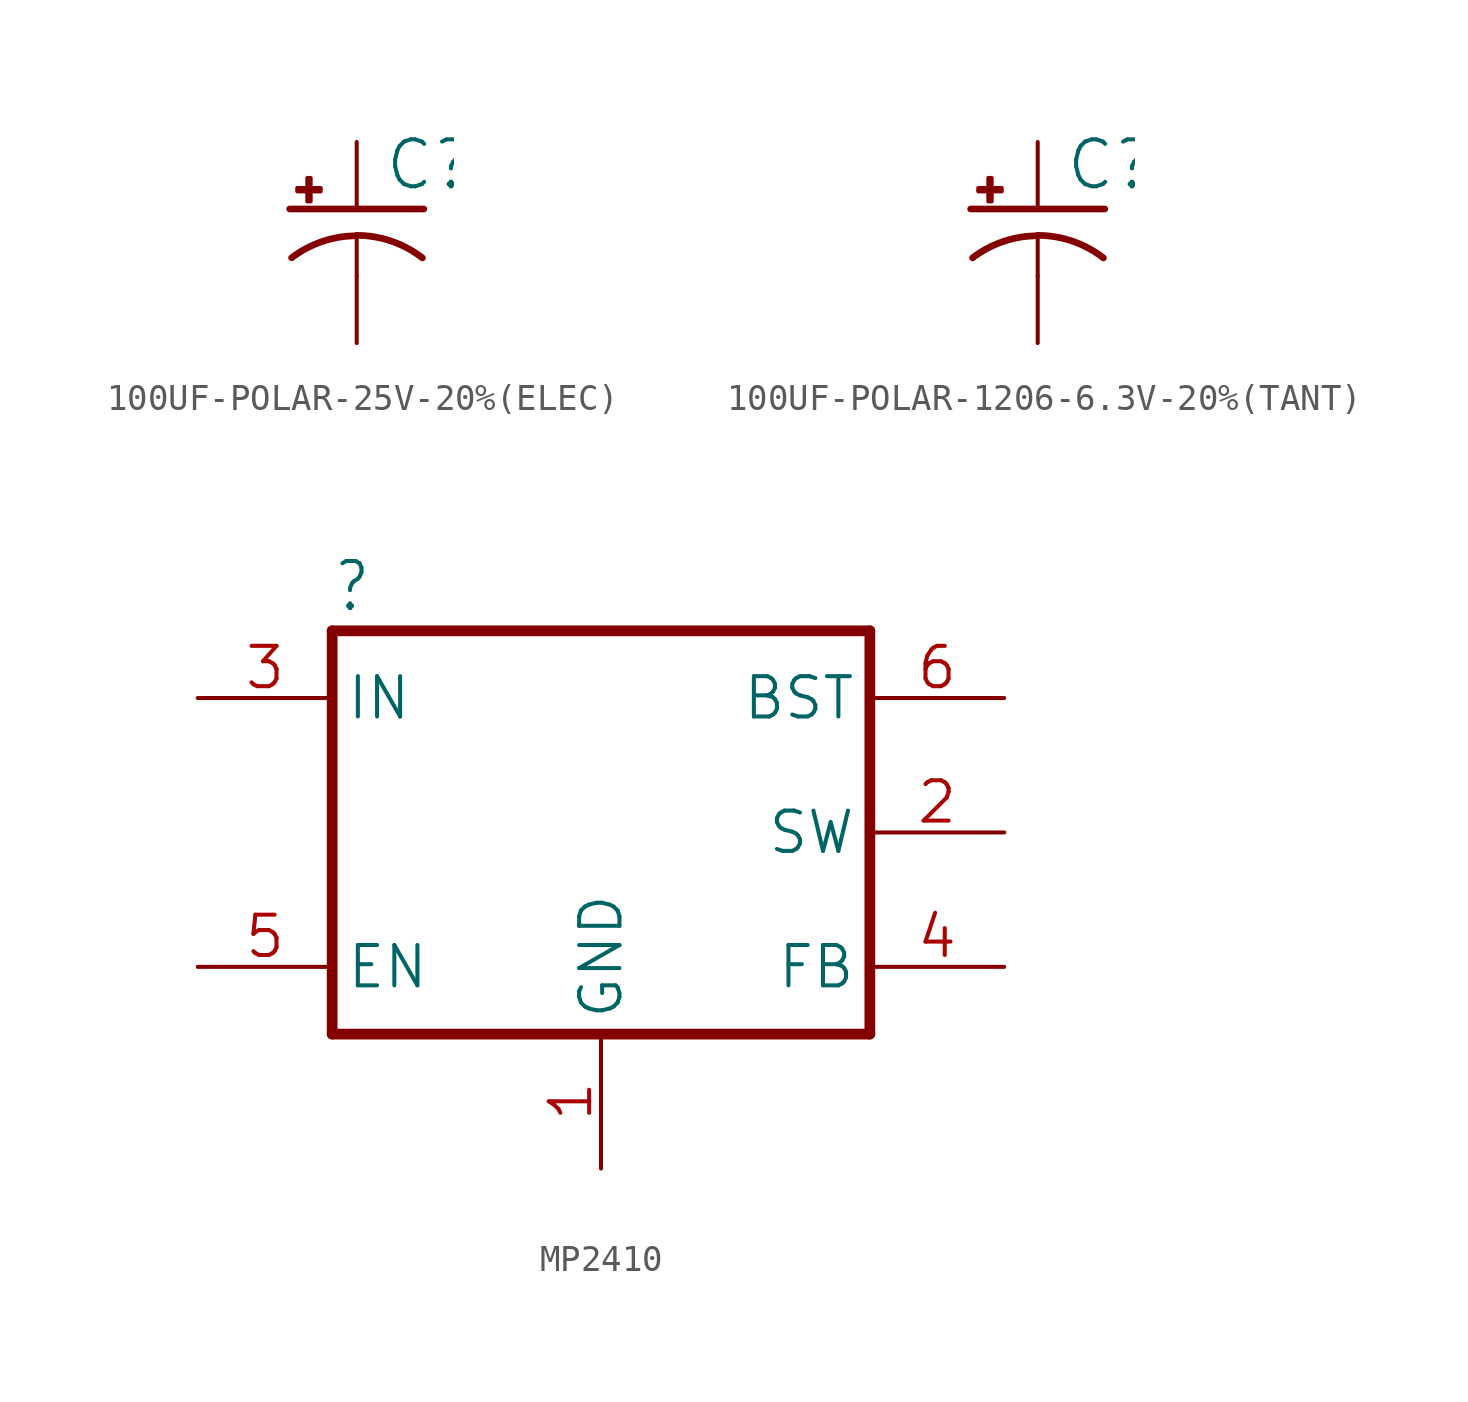
<source format=kicad_sym>
(kicad_symbol_lib
  (version 20241209)
  (generator "kicad_symbol_editor")
  (generator_version "9.0")
  (symbol "100UF-POLAR-25V-20%(ELEC)"
    (property "Reference" "C"
      (at 1.016 0.635 0)
      (effects (font (size 1.778 1.778)) (justify left bottom)))
    (property "Value" ""
      (at 1.016 -4.191 0)
      (effects (font (size 1.778 1.778)) (justify left bottom)))
    (property "ki_locked" ""
      (at 0 0 0)
      (effects (font (size 1.27 1.27))))
    (symbol "100UF-POLAR-25V-20%(ELEC)_1_0"
      (polyline (pts (xy -2.54 0) (xy 2.54 0)) (stroke (width 0.254) (type solid)) (fill (type none)))
      (rectangle (start -2.253 0.668) (end -1.364 0.795) (stroke (width 0) (type default)) (fill (type outline)))
      (rectangle (start -1.872 0.287) (end -1.745 1.176) (stroke (width 0) (type default)) (fill (type outline)))
      (arc (start -2.4669 -1.8504) (mid -1.3021 -1.2303) (end 0 -1.0161) (stroke (width 0.254) (type solid)) (fill (type none)))
      (polyline (pts (xy 0 -1.016) (xy 0 -2.54)) (stroke (width 0.152) (type solid)) (fill (type none)))
      (arc (start 0 -1) (mid 1.3158 -1.2195) (end 2.4892 -1.8541) (stroke (width 0.254) (type solid)) (fill (type none)))
      (pin passive line (at 0 2.54 270) (length 2.54) (name "+" (effects (font (size 0 0)))) (number "+" (effects (font (size 0 0)))))
      (pin passive line (at 0 -5.08 90) (length 2.54) (name "-" (effects (font (size 0 0)))) (number "-" (effects (font (size 0 0)))))))
  (symbol "100UF-POLAR-1206-6.3V-20%(TANT)"
    (property "Reference" "C"
      (at 1.016 0.635 0)
      (effects (font (size 1.778 1.778)) (justify left bottom)))
    (property "Value" ""
      (at 1.016 -4.191 0)
      (effects (font (size 1.778 1.778)) (justify left bottom)))
    (property "ki_locked" ""
      (at 0 0 0)
      (effects (font (size 1.27 1.27))))
    (symbol "100UF-POLAR-1206-6.3V-20%(TANT)_1_0"
      (polyline (pts (xy -2.54 0) (xy 2.54 0)) (stroke (width 0.254) (type solid)) (fill (type none)))
      (rectangle (start -2.253 0.668) (end -1.364 0.795) (stroke (width 0) (type default)) (fill (type outline)))
      (rectangle (start -1.872 0.287) (end -1.745 1.176) (stroke (width 0) (type default)) (fill (type outline)))
      (arc (start -2.4669 -1.8504) (mid -1.3021 -1.2303) (end 0 -1.0161) (stroke (width 0.254) (type solid)) (fill (type none)))
      (polyline (pts (xy 0 -1.016) (xy 0 -2.54)) (stroke (width 0.152) (type solid)) (fill (type none)))
      (arc (start 0 -1) (mid 1.3158 -1.2195) (end 2.4892 -1.8541) (stroke (width 0.254) (type solid)) (fill (type none)))
      (pin passive line (at 0 2.54 270) (length 2.54) (name "+" (effects (font (size 0 0)))) (number "1" (effects (font (size 0 0)))))
      (pin passive line (at 0 -5.08 90) (length 2.54) (name "-" (effects (font (size 0 0)))) (number "2" (effects (font (size 0 0)))))))
  (symbol "MP2410"
    (property "Reference" ""
      (at -20.32 10.795 0)
      (effects (font (size 1.778 1.511)) (justify left bottom)))
    (property "Value" ""
      (at -20.32 -7.62 0)
      (effects (font (size 1.778 1.511)) (justify left bottom)))
    (property "ki_locked" ""
      (at 0 0 0)
      (effects (font (size 1.27 1.27))))
    (symbol "MP2410_1_0"
      (polyline (pts (xy -20.32 10.16) (xy -20.32 -5.08)) (stroke (width 0.406) (type solid)) (fill (type none)))
      (polyline (pts (xy -20.32 10.16) (xy 0 10.16)) (stroke (width 0.406) (type solid)) (fill (type none)))
      (polyline (pts (xy 0 -5.08) (xy -20.32 -5.08)) (stroke (width 0.406) (type solid)) (fill (type none)))
      (polyline (pts (xy 0 -5.08) (xy 0 10.16)) (stroke (width 0.406) (type solid)) (fill (type none)))
      (pin input line (at -25.4 7.62 0) (length 5.08) (name "IN" (effects (font (size 1.524 1.524)))) (number "3" (effects (font (size 1.524 1.524)))))
      (pin input line (at -25.4 -2.54 0) (length 5.08) (name "EN" (effects (font (size 1.524 1.524)))) (number "5" (effects (font (size 1.524 1.524)))))
      (pin input line (at -10.16 -10.16 90) (length 5.08) (name "GND" (effects (font (size 1.524 1.524)))) (number "1" (effects (font (size 1.524 1.524)))))
      (pin output line (at 5.08 7.62 180) (length 5.08) (name "BST" (effects (font (size 1.524 1.524)))) (number "6" (effects (font (size 1.524 1.524)))))
      (pin output line (at 5.08 2.54 180) (length 5.08) (name "SW" (effects (font (size 1.524 1.524)))) (number "2" (effects (font (size 1.524 1.524)))))
      (pin input line (at 5.08 -2.54 180) (length 5.08) (name "FB" (effects (font (size 1.524 1.524)))) (number "4" (effects (font (size 1.524 1.524))))))))
</source>
